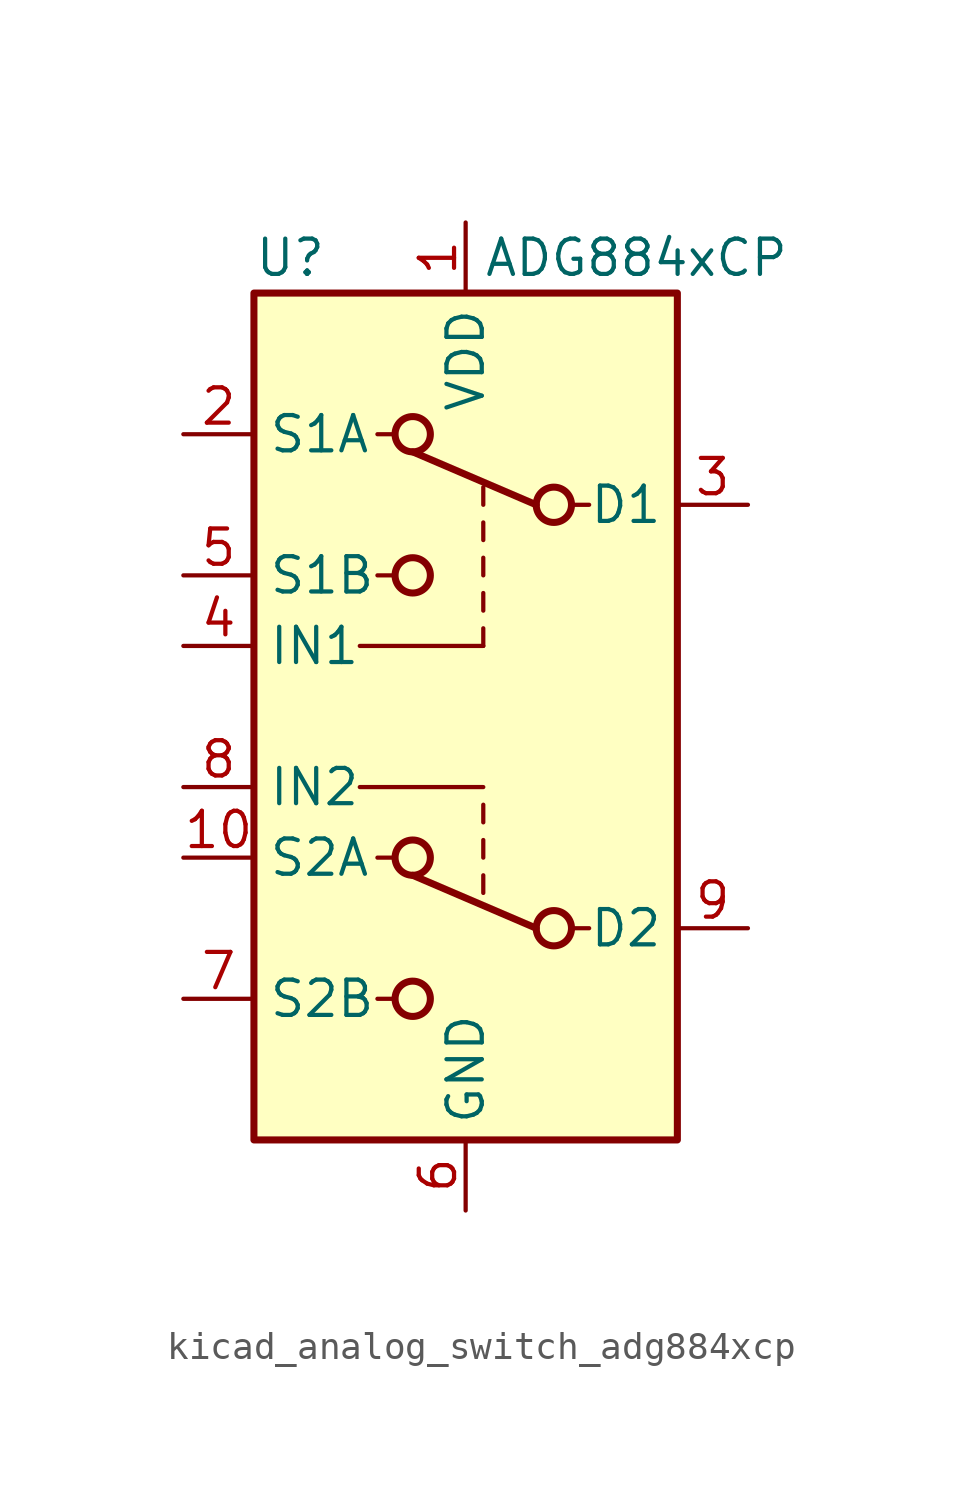
<source format=kicad_sym>
(kicad_symbol_lib
  (version 20220914)
  (generator kicad_symbol_editor)
  (symbol "kicad_analog_switch_adg884xcp"
    (property "Reference" "U"
      (at -7.62 16.51 0)
      (effects (font (size 1.27 1.27)) (justify left)))
    (property "Value" "ADG884xCP"
      (at 0.635 16.51 0)
      (effects (font (size 1.27 1.27)) (justify left)))
    (symbol "kicad_analog_switch_adg884xcp_0_1"
      (rectangle (start -7.62 15.24) (end 7.62 -15.24) (stroke (width 0.254) (type default)) (fill (type background)))
      (circle (center -1.905 -10.16) (radius 0.635) (stroke (width 0.254) (type default)) (fill (type none)))
      (circle (center -1.905 -5.08) (radius 0.635) (stroke (width 0.254) (type default)) (fill (type none)))
      (circle (center -1.905 5.08) (radius 0.635) (stroke (width 0.254) (type default)) (fill (type none)))
      (circle (center -1.905 10.16) (radius 0.635) (stroke (width 0.254) (type default)) (fill (type none)))
      (polyline (pts (xy -3.81 -2.54) (xy 0.635 -2.54)) (stroke (width 0) (type default)) (fill (type none)))
      (polyline (pts (xy -3.81 2.54) (xy 0.635 2.54)) (stroke (width 0) (type default)) (fill (type none)))
      (polyline (pts (xy -3.175 -10.16) (xy -2.54 -10.16)) (stroke (width 0) (type default)) (fill (type none)))
      (polyline (pts (xy -3.175 -5.08) (xy -2.54 -5.08)) (stroke (width 0) (type default)) (fill (type none)))
      (polyline (pts (xy -3.175 5.08) (xy -2.54 5.08)) (stroke (width 0) (type default)) (fill (type none)))
      (polyline (pts (xy -3.175 10.16) (xy -2.54 10.16)) (stroke (width 0) (type default)) (fill (type none)))
      (polyline (pts (xy -1.905 9.525) (xy 2.54 7.62)) (stroke (width 0.254) (type default)) (fill (type none)))
      (polyline (pts (xy 0.635 -5.715) (xy 0.635 -6.35)) (stroke (width 0) (type default)) (fill (type none)))
      (polyline (pts (xy 0.635 -4.445) (xy 0.635 -5.08)) (stroke (width 0) (type default)) (fill (type none)))
      (polyline (pts (xy 0.635 -3.175) (xy 0.635 -3.81)) (stroke (width 0) (type default)) (fill (type none)))
      (polyline (pts (xy 0.635 3.175) (xy 0.635 2.54)) (stroke (width 0) (type default)) (fill (type none)))
      (polyline (pts (xy 0.635 4.445) (xy 0.635 3.81)) (stroke (width 0) (type default)) (fill (type none)))
      (polyline (pts (xy 0.635 5.715) (xy 0.635 5.08)) (stroke (width 0) (type default)) (fill (type none)))
      (polyline (pts (xy 0.635 6.985) (xy 0.635 6.35)) (stroke (width 0) (type default)) (fill (type none)))
      (polyline (pts (xy 0.635 8.255) (xy 0.635 7.62)) (stroke (width 0) (type default)) (fill (type none)))
      (polyline (pts (xy 2.54 -7.62) (xy -1.905 -5.715)) (stroke (width 0.254) (type default)) (fill (type none)))
      (polyline (pts (xy 4.445 -7.62) (xy 3.81 -7.62)) (stroke (width 0) (type default)) (fill (type none)))
      (polyline (pts (xy 4.445 7.62) (xy 3.81 7.62)) (stroke (width 0) (type default)) (fill (type none)))
      (circle (center 3.175 -7.62) (radius 0.635) (stroke (width 0.254) (type default)) (fill (type none)))
      (circle (center 3.175 7.62) (radius 0.635) (stroke (width 0.254) (type default)) (fill (type none))))
    (symbol "kicad_analog_switch_adg884xcp_1_1"
      (pin power_in line (at 0 17.78 270) (length 2.54) (name "VDD" (effects (font (size 1.27 1.27)))) (number "1" (effects (font (size 1.27 1.27)))))
      (pin bidirectional line (at -10.16 -5.08 0) (length 2.54) (name "S2A" (effects (font (size 1.27 1.27)))) (number "10" (effects (font (size 1.27 1.27)))))
      (pin passive line (at 0 -17.78 90) (length 2.54) hide (name "GND" (effects (font (size 1.27 1.27)))) (number "11" (effects (font (size 1.27 1.27)))))
      (pin bidirectional line (at -10.16 10.16 0) (length 2.54) (name "S1A" (effects (font (size 1.27 1.27)))) (number "2" (effects (font (size 1.27 1.27)))))
      (pin bidirectional line (at 10.16 7.62 180) (length 2.54) (name "D1" (effects (font (size 1.27 1.27)))) (number "3" (effects (font (size 1.27 1.27)))))
      (pin input line (at -10.16 2.54 0) (length 2.54) (name "IN1" (effects (font (size 1.27 1.27)))) (number "4" (effects (font (size 1.27 1.27)))))
      (pin bidirectional line (at -10.16 5.08 0) (length 2.54) (name "S1B" (effects (font (size 1.27 1.27)))) (number "5" (effects (font (size 1.27 1.27)))))
      (pin power_in line (at 0 -17.78 90) (length 2.54) (name "GND" (effects (font (size 1.27 1.27)))) (number "6" (effects (font (size 1.27 1.27)))))
      (pin bidirectional line (at -10.16 -10.16 0) (length 2.54) (name "S2B" (effects (font (size 1.27 1.27)))) (number "7" (effects (font (size 1.27 1.27)))))
      (pin input line (at -10.16 -2.54 0) (length 2.54) (name "IN2" (effects (font (size 1.27 1.27)))) (number "8" (effects (font (size 1.27 1.27)))))
      (pin bidirectional line (at 10.16 -7.62 180) (length 2.54) (name "D2" (effects (font (size 1.27 1.27)))) (number "9" (effects (font (size 1.27 1.27))))))))
</source>
